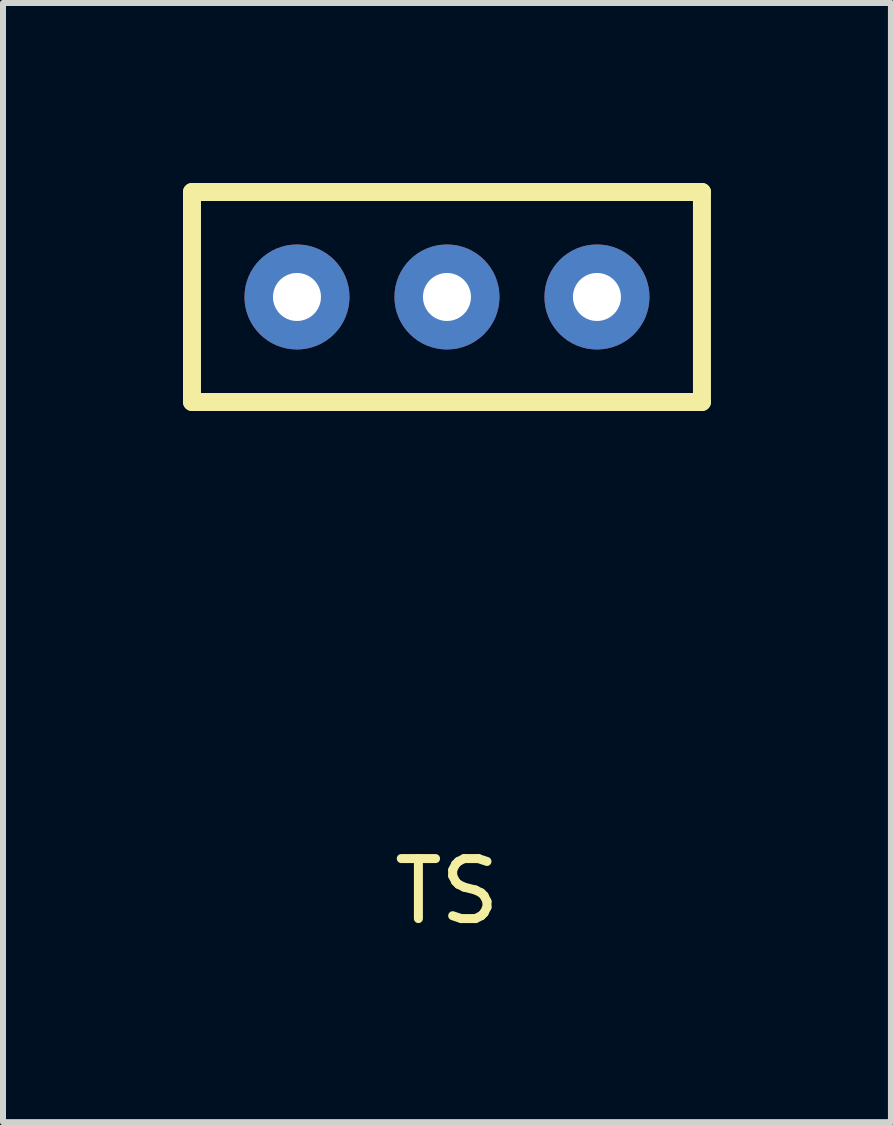
<source format=kicad_pcb>
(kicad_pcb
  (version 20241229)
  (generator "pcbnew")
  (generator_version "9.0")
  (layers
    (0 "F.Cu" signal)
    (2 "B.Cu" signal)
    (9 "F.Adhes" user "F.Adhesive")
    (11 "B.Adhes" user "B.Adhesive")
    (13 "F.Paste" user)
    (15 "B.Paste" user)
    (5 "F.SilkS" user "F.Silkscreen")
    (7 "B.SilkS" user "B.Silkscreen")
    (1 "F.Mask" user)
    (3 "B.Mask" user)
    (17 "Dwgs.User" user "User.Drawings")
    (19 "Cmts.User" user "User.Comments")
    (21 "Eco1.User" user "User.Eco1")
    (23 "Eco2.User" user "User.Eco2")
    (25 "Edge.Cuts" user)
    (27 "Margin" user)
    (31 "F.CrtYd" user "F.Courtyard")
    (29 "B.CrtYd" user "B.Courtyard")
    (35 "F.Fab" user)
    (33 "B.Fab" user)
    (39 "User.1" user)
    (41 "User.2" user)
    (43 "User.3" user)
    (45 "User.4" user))
  (footprint "TS"
    (layer "F.Cu")
    (at 4.4 1.9)
    (property "Reference" "TS" (at 0 9.906 0) (layer "F.SilkS") (effects (font (size 1 1) (thickness 0.15))))
    (attr through_hole)
    (fp_line (start -4.25 -1.75) (end -4.25 1.75) (stroke (width 0.3) (type solid)) (layer "F.SilkS"))
    (fp_line (start -4.25 -1.75) (end 4.25 -1.75) (stroke (width 0.3) (type solid)) (layer "F.SilkS"))
    (fp_line (start -4.25 1.75) (end 4.25 1.75) (stroke (width 0.3) (type solid)) (layer "F.SilkS"))
    (fp_line (start 4.25 -1.75) (end 4.25 1.75) (stroke (width 0.3) (type solid)) (layer "F.SilkS"))
    (pad "COM" thru_hole circle (at 0 0) (size 1.75 1.75) (drill 0.8) (layers "*.Cu" "*.Mask"))
    (pad "S1" thru_hole circle (at -2.5 0) (size 1.75 1.75) (drill 0.8) (layers "*.Cu" "*.Mask"))
    (pad "S2" thru_hole circle (at 2.5 0) (size 1.75 1.75) (drill 0.8) (layers "*.Cu" "*.Mask")))
  (gr_rect
    (start -3 -3)
    (end 11.8 15.654)
    (stroke (width 0.1) (type default))
    (fill no)
    (layer "Edge.Cuts")))
</source>
